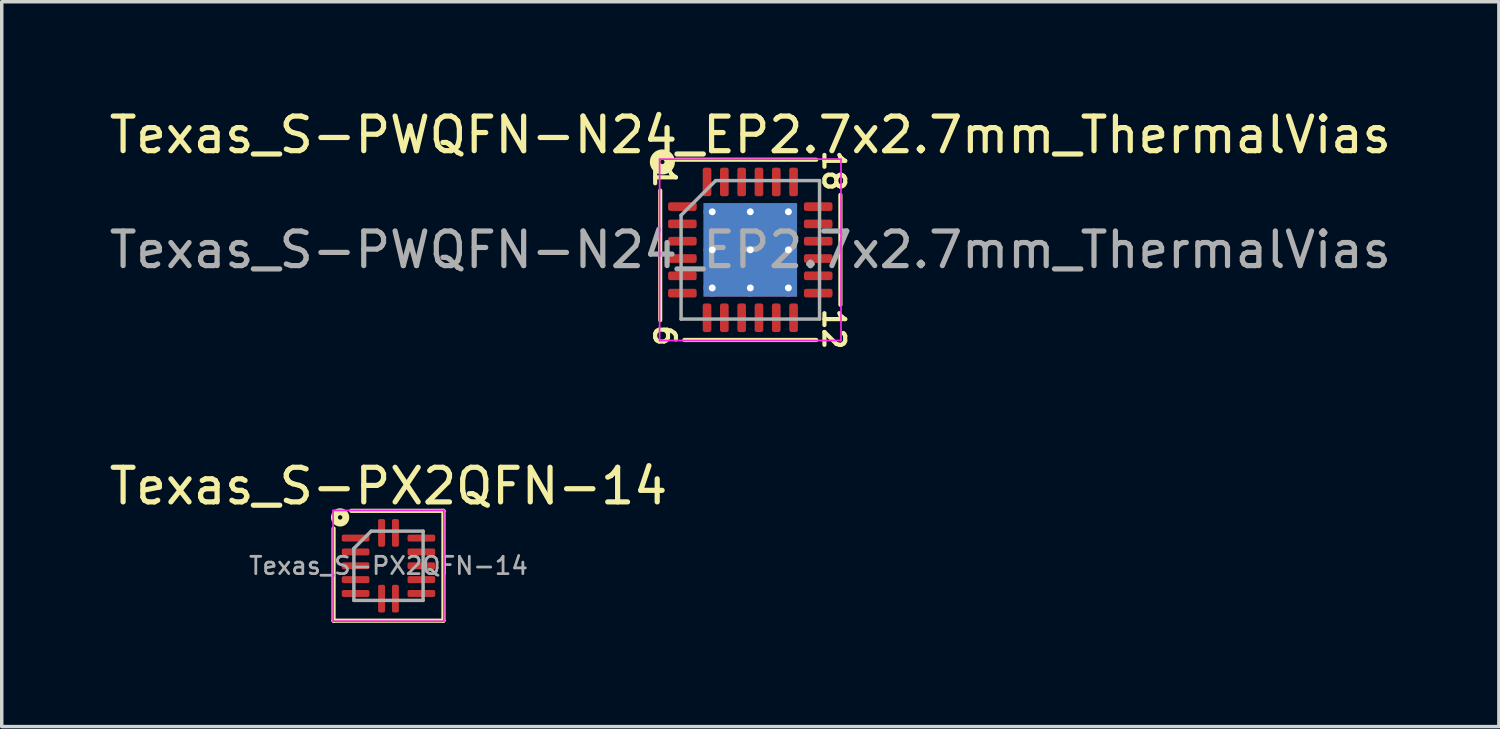
<source format=kicad_pcb>
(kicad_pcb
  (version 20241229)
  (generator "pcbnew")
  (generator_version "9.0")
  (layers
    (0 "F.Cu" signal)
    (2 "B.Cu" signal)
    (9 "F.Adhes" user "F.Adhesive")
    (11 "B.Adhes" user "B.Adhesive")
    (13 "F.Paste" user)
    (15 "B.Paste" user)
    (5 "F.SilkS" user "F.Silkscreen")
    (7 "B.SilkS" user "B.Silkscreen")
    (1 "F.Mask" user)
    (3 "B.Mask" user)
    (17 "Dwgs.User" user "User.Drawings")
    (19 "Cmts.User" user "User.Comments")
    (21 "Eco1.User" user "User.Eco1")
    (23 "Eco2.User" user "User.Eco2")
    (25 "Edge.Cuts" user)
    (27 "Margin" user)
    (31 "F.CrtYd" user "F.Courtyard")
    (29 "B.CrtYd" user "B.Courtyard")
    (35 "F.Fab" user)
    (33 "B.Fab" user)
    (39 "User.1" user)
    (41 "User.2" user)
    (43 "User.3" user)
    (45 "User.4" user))
  (footprint "Texas_S-PX2QFN-14"
    (layer "F.Cu")
    (at 8.173 13.294)
    (property "Reference" "Texas_S-PX2QFN-14" (at 0 -2.3 0) (layer "F.SilkS") (effects (font (size 1 1) (thickness 0.15))))
    (attr smd)
    (fp_line (start -1.587 1.587) (end -1.587 -1.079) (stroke (width 0.12) (type solid)) (layer "F.SilkS"))
    (fp_line (start -1.079 -1.587) (end 1.587 -1.587) (stroke (width 0.12) (type solid)) (layer "F.SilkS"))
    (fp_line (start 1.587 -1.587) (end 1.587 1.587) (stroke (width 0.12) (type solid)) (layer "F.SilkS"))
    (fp_line (start 1.587 1.587) (end -1.587 1.587) (stroke (width 0.12) (type solid)) (layer "F.SilkS"))
    (fp_circle (center -1.397 -1.397) (end -1.333 -1.397) (stroke (width 0.2) (type solid)) (fill no) (layer "F.SilkS"))
    (fp_line (start -1.6 -1.6) (end -1.6 1.6) (stroke (width 0.05) (type solid)) (layer "F.CrtYd"))
    (fp_line (start -1.6 1.6) (end 1.6 1.6) (stroke (width 0.05) (type solid)) (layer "F.CrtYd"))
    (fp_line (start 1.6 -1.6) (end -1.6 -1.6) (stroke (width 0.05) (type solid)) (layer "F.CrtYd"))
    (fp_line (start 1.6 1.6) (end 1.6 -1.6) (stroke (width 0.05) (type solid)) (layer "F.CrtYd"))
    (fp_line (start -1 -0.5) (end -0.5 -1) (stroke (width 0.1) (type solid)) (layer "F.Fab"))
    (fp_line (start -1 1) (end -1 -0.5) (stroke (width 0.1) (type solid)) (layer "F.Fab"))
    (fp_line (start -0.5 -1) (end 1 -1) (stroke (width 0.1) (type solid)) (layer "F.Fab"))
    (fp_line (start 1 -1) (end 1 1) (stroke (width 0.1) (type solid)) (layer "F.Fab"))
    (fp_line (start 1 1) (end -1 1) (stroke (width 0.1) (type solid)) (layer "F.Fab"))
    (fp_text user "${REFERENCE}" (at 0 0 0) (layer "F.Fab") (effects (font (size 0.5 0.5) (thickness 0.08))))
    (pad "1" smd roundrect (at -0.95 -0.8) (size 0.8 0.2) (layers "F.Cu" "F.Mask" "F.Paste") (roundrect_rratio 0.25))
    (pad "2" smd roundrect (at -0.95 -0.4) (size 0.8 0.2) (layers "F.Cu" "F.Mask" "F.Paste") (roundrect_rratio 0.25))
    (pad "3" smd roundrect (at -0.95 0) (size 0.8 0.2) (layers "F.Cu" "F.Mask" "F.Paste") (roundrect_rratio 0.25))
    (pad "4" smd roundrect (at -0.95 0.4) (size 0.8 0.2) (layers "F.Cu" "F.Mask" "F.Paste") (roundrect_rratio 0.25))
    (pad "5" smd roundrect (at -0.95 0.8) (size 0.8 0.2) (layers "F.Cu" "F.Mask" "F.Paste") (roundrect_rratio 0.25))
    (pad "6" smd roundrect (at -0.2 0.95) (size 0.2 0.8) (layers "F.Cu" "F.Mask" "F.Paste") (roundrect_rratio 0.25))
    (pad "7" smd roundrect (at 0.2 0.95) (size 0.2 0.8) (layers "F.Cu" "F.Mask" "F.Paste") (roundrect_rratio 0.25))
    (pad "8" smd roundrect (at 0.95 0.8) (size 0.8 0.2) (layers "F.Cu" "F.Mask" "F.Paste") (roundrect_rratio 0.25))
    (pad "9" smd roundrect (at 0.95 0.4) (size 0.8 0.2) (layers "F.Cu" "F.Mask" "F.Paste") (roundrect_rratio 0.25))
    (pad "10" smd roundrect (at 0.95 0) (size 0.8 0.2) (layers "F.Cu" "F.Mask" "F.Paste") (roundrect_rratio 0.25))
    (pad "11" smd roundrect (at 0.95 -0.4) (size 0.8 0.2) (layers "F.Cu" "F.Mask" "F.Paste") (roundrect_rratio 0.25))
    (pad "12" smd roundrect (at 0.95 -0.8) (size 0.8 0.2) (layers "F.Cu" "F.Mask" "F.Paste") (roundrect_rratio 0.25))
    (pad "13" smd roundrect (at 0.2 -0.95) (size 0.2 0.8) (layers "F.Cu" "F.Mask" "F.Paste") (roundrect_rratio 0.25))
    (pad "14" smd roundrect (at -0.2 -0.95) (size 0.2 0.8) (layers "F.Cu" "F.Mask" "F.Paste") (roundrect_rratio 0.25)))
  (footprint "Texas_S-PWQFN-N24_EP2.7x2.7mm_ThermalVias"
    (layer "F.Cu")
    (at 18.625 4.168)
    (property "Reference" "Texas_S-PWQFN-N24_EP2.7x2.7mm_ThermalVias" (at 0 -3.32 0) (layer "F.SilkS") (effects (font (size 1 1) (thickness 0.15))))
    (attr smd)
    (fp_line (start -2.603 -1.714) (end -2.603 2.032) (stroke (width 0.12) (type solid)) (layer "F.SilkS"))
    (fp_line (start -1.905 2.603) (end 1.905 2.603) (stroke (width 0.12) (type solid)) (layer "F.SilkS"))
    (fp_line (start 1.905 -2.603) (end -2.159 -2.603) (stroke (width 0.12) (type solid)) (layer "F.SilkS"))
    (fp_line (start 2.603 1.587) (end 2.603 -1.587) (stroke (width 0.12) (type solid)) (layer "F.SilkS"))
    (fp_circle (center -2.54 -2.54) (end -2.477 -2.54) (stroke (width 0.3) (type solid)) (fill no) (layer "F.SilkS"))
    (fp_line (start -2.62 -2.62) (end -2.62 2.62) (stroke (width 0.05) (type solid)) (layer "F.CrtYd"))
    (fp_line (start -2.62 2.62) (end 2.62 2.62) (stroke (width 0.05) (type solid)) (layer "F.CrtYd"))
    (fp_line (start 2.62 -2.62) (end -2.62 -2.62) (stroke (width 0.05) (type solid)) (layer "F.CrtYd"))
    (fp_line (start 2.62 2.62) (end 2.62 -2.62) (stroke (width 0.05) (type solid)) (layer "F.CrtYd"))
    (fp_line (start -2 -1) (end -1 -2) (stroke (width 0.1) (type solid)) (layer "F.Fab"))
    (fp_line (start -2 2) (end -2 -1) (stroke (width 0.1) (type solid)) (layer "F.Fab"))
    (fp_line (start -1 -2) (end 2 -2) (stroke (width 0.1) (type solid)) (layer "F.Fab"))
    (fp_line (start 2 -2) (end 2 2) (stroke (width 0.1) (type solid)) (layer "F.Fab"))
    (fp_line (start 2 2) (end -2 2) (stroke (width 0.1) (type solid)) (layer "F.Fab"))
    (fp_text user "1" (at -2.477 -2.095 270) (unlocked yes) (layer "F.SilkS") (effects (font (size 0.6 0.6) (thickness 0.12))))
    (fp_text user "18" (at 2.413 -2.286 270) (unlocked yes) (layer "F.SilkS") (effects (font (size 0.6 0.6) (thickness 0.12))))
    (fp_text user "6" (at -2.477 2.477 270) (unlocked yes) (layer "F.SilkS") (effects (font (size 0.6 0.6) (thickness 0.12))))
    (fp_text user "12" (at 2.413 2.286 270) (unlocked yes) (layer "F.SilkS") (effects (font (size 0.6 0.6) (thickness 0.12))))
    (fp_text user "${REFERENCE}" (at 0 0 0) (layer "F.Fab") (effects (font (size 1 1) (thickness 0.15))))
    (pad "" smd roundrect (at -0.675 -0.675) (size 1.13 1.13) (layers "F.Paste") (roundrect_rratio 0.221))
    (pad "" smd roundrect (at -0.675 0.675) (size 1.13 1.13) (layers "F.Paste") (roundrect_rratio 0.221))
    (pad "" smd roundrect (at 0.675 -0.675) (size 1.13 1.13) (layers "F.Paste") (roundrect_rratio 0.221))
    (pad "" smd roundrect (at 0.675 0.675) (size 1.13 1.13) (layers "F.Paste") (roundrect_rratio 0.221))
    (pad "1" smd roundrect (at -1.962 -1.25) (size 0.825 0.25) (layers "F.Cu" "F.Mask" "F.Paste") (roundrect_rratio 0.25))
    (pad "2" smd roundrect (at -1.962 -0.75) (size 0.825 0.25) (layers "F.Cu" "F.Mask" "F.Paste") (roundrect_rratio 0.25))
    (pad "3" smd roundrect (at -1.962 -0.25) (size 0.825 0.25) (layers "F.Cu" "F.Mask" "F.Paste") (roundrect_rratio 0.25))
    (pad "4" smd roundrect (at -1.962 0.25) (size 0.825 0.25) (layers "F.Cu" "F.Mask" "F.Paste") (roundrect_rratio 0.25))
    (pad "5" smd roundrect (at -1.962 0.75) (size 0.825 0.25) (layers "F.Cu" "F.Mask" "F.Paste") (roundrect_rratio 0.25))
    (pad "6" smd roundrect (at -1.962 1.25) (size 0.825 0.25) (layers "F.Cu" "F.Mask" "F.Paste") (roundrect_rratio 0.25))
    (pad "7" smd roundrect (at -1.25 1.962) (size 0.25 0.825) (layers "F.Cu" "F.Mask" "F.Paste") (roundrect_rratio 0.25))
    (pad "8" smd roundrect (at -0.75 1.962) (size 0.25 0.825) (layers "F.Cu" "F.Mask" "F.Paste") (roundrect_rratio 0.25))
    (pad "9" smd roundrect (at -0.25 1.962) (size 0.25 0.825) (layers "F.Cu" "F.Mask" "F.Paste") (roundrect_rratio 0.25))
    (pad "10" smd roundrect (at 0.25 1.962) (size 0.25 0.825) (layers "F.Cu" "F.Mask" "F.Paste") (roundrect_rratio 0.25))
    (pad "11" smd roundrect (at 0.75 1.962) (size 0.25 0.825) (layers "F.Cu" "F.Mask" "F.Paste") (roundrect_rratio 0.25))
    (pad "12" smd roundrect (at 1.25 1.962) (size 0.25 0.825) (layers "F.Cu" "F.Mask" "F.Paste") (roundrect_rratio 0.25))
    (pad "13" smd roundrect (at 1.962 1.25) (size 0.825 0.25) (layers "F.Cu" "F.Mask" "F.Paste") (roundrect_rratio 0.25))
    (pad "14" smd roundrect (at 1.962 0.75) (size 0.825 0.25) (layers "F.Cu" "F.Mask" "F.Paste") (roundrect_rratio 0.25))
    (pad "15" smd roundrect (at 1.962 0.25) (size 0.825 0.25) (layers "F.Cu" "F.Mask" "F.Paste") (roundrect_rratio 0.25))
    (pad "16" smd roundrect (at 1.962 -0.25) (size 0.825 0.25) (layers "F.Cu" "F.Mask" "F.Paste") (roundrect_rratio 0.25))
    (pad "17" smd roundrect (at 1.962 -0.75) (size 0.825 0.25) (layers "F.Cu" "F.Mask" "F.Paste") (roundrect_rratio 0.25))
    (pad "18" smd roundrect (at 1.962 -1.25) (size 0.825 0.25) (layers "F.Cu" "F.Mask" "F.Paste") (roundrect_rratio 0.25))
    (pad "19" smd roundrect (at 1.25 -1.962) (size 0.25 0.825) (layers "F.Cu" "F.Mask" "F.Paste") (roundrect_rratio 0.25))
    (pad "20" smd roundrect (at 0.75 -1.962) (size 0.25 0.825) (layers "F.Cu" "F.Mask" "F.Paste") (roundrect_rratio 0.25))
    (pad "21" smd roundrect (at 0.25 -1.962) (size 0.25 0.825) (layers "F.Cu" "F.Mask" "F.Paste") (roundrect_rratio 0.25))
    (pad "22" smd roundrect (at -0.25 -1.962) (size 0.25 0.825) (layers "F.Cu" "F.Mask" "F.Paste") (roundrect_rratio 0.25))
    (pad "23" smd roundrect (at -0.75 -1.962) (size 0.25 0.825) (layers "F.Cu" "F.Mask" "F.Paste") (roundrect_rratio 0.25))
    (pad "24" smd roundrect (at -1.25 -1.962) (size 0.25 0.825) (layers "F.Cu" "F.Mask" "F.Paste") (roundrect_rratio 0.25))
    (pad "25" thru_hole circle (at -1.1 -1.1) (size 0.5 0.5) (drill 0.2) (layers "*.Cu"))
    (pad "25" thru_hole circle (at -1.1 0) (size 0.5 0.5) (drill 0.2) (layers "*.Cu"))
    (pad "25" thru_hole circle (at -1.1 1.1) (size 0.5 0.5) (drill 0.2) (layers "*.Cu"))
    (pad "25" thru_hole circle (at 0 -1.1) (size 0.5 0.5) (drill 0.2) (layers "*.Cu"))
    (pad "25" thru_hole circle (at 0 0) (size 0.5 0.5) (drill 0.2) (layers "*.Cu"))
    (pad "25" smd rect (at 0 0) (size 2.7 2.7) (layers "F.Cu" "F.Mask"))
    (pad "25" smd rect (at 0 0) (size 2.7 2.7) (layers "B.Cu" "B.Mask"))
    (pad "25" thru_hole circle (at 0 1.1) (size 0.5 0.5) (drill 0.2) (layers "*.Cu"))
    (pad "25" thru_hole circle (at 1.1 -1.1) (size 0.5 0.5) (drill 0.2) (layers "*.Cu"))
    (pad "25" thru_hole circle (at 1.1 0) (size 0.5 0.5) (drill 0.2) (layers "*.Cu"))
    (pad "25" thru_hole circle (at 1.1 1.1) (size 0.5 0.5) (drill 0.2) (layers "*.Cu")))
  (gr_rect
    (start -3 -3)
    (end 40.25 17.941)
    (stroke (width 0.1) (type default))
    (fill no)
    (layer "Edge.Cuts")))
</source>
